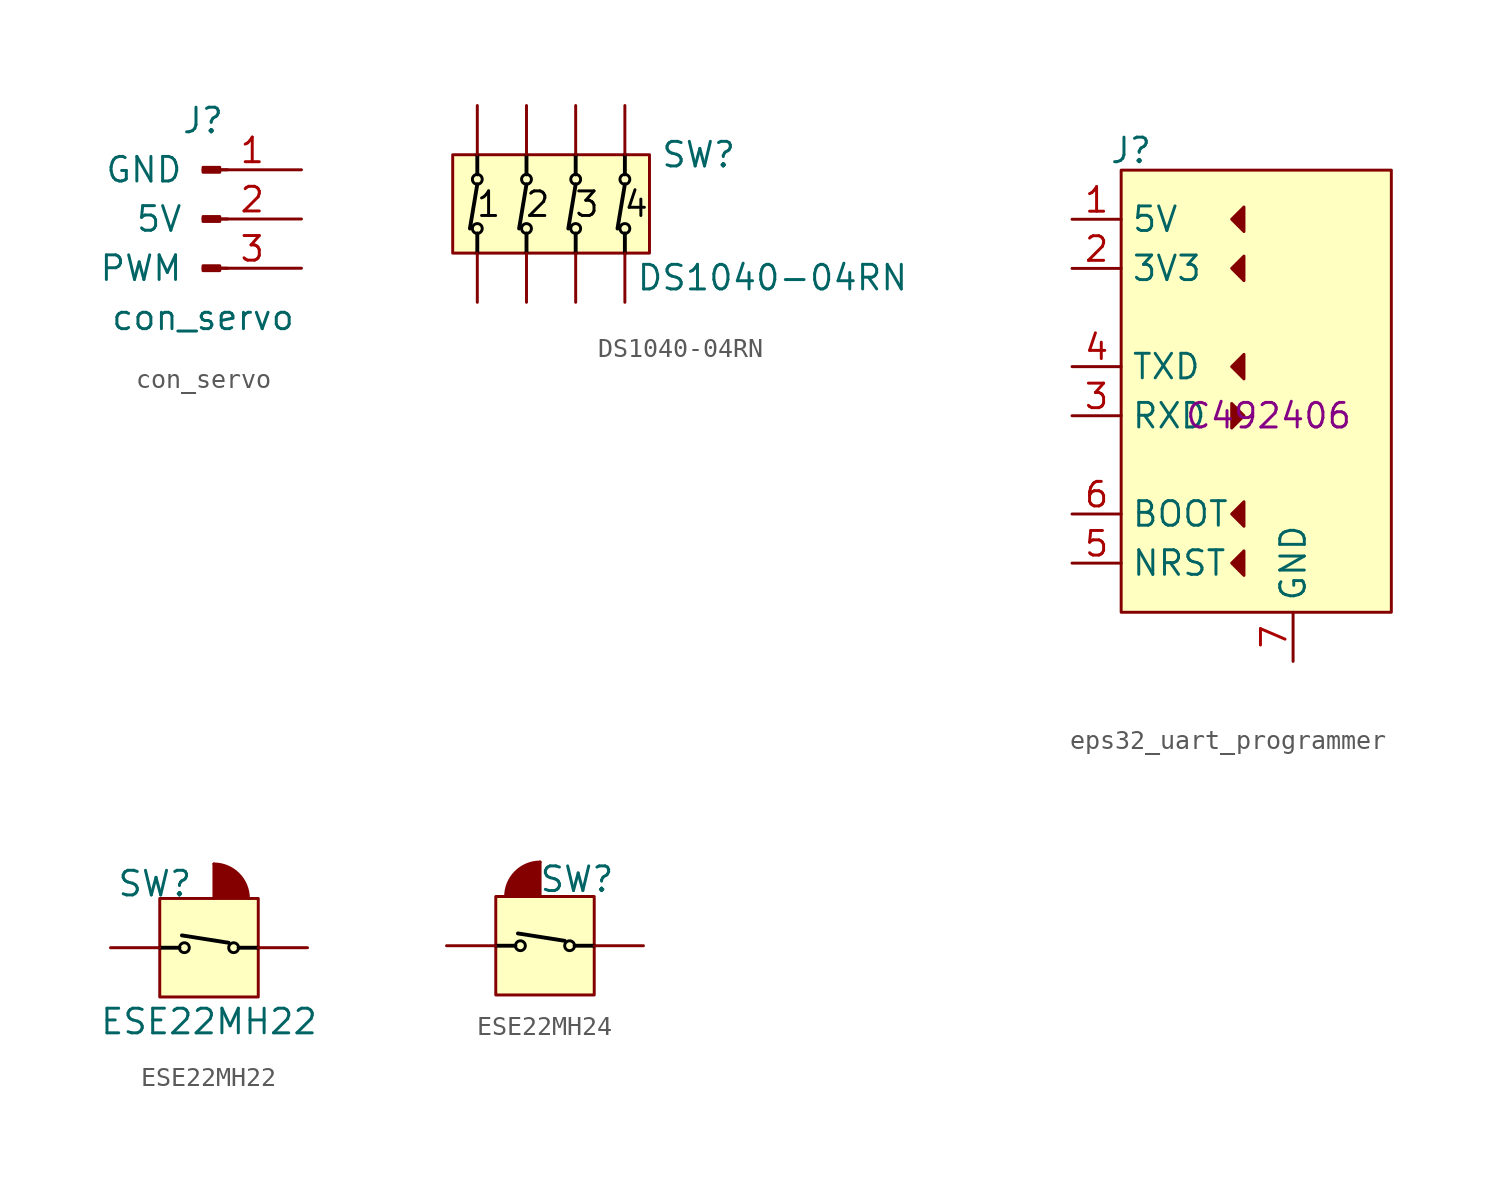
<source format=kicad_sym>
(kicad_symbol_lib
  (version 20231120)
  (generator "kicad_symbol_editor")
  (generator_version "8.0")
  (symbol "con_servo"
    (pin_names
      (offset 1.016))
    (property "Reference" "J"
      (at 0 5.08 0)
      (effects (font (size 1.27 1.27))))
    (property "Value" "con_servo"
      (at 0 -5.08 0)
      (effects (font (size 1.27 1.27))))
    (symbol "con_servo_1_1"
      (polyline (pts (xy 1.27 -2.54) (xy 0.864 -2.54)) (stroke (width 0.152) (type default)) (fill (type none)))
      (polyline (pts (xy 1.27 0) (xy 0.864 0)) (stroke (width 0.152) (type default)) (fill (type none)))
      (polyline (pts (xy 1.27 2.54) (xy 0.864 2.54)) (stroke (width 0.152) (type default)) (fill (type none)))
      (rectangle (start 0.864 -2.413) (end 0 -2.667) (stroke (width 0.152) (type default)) (fill (type outline)))
      (rectangle (start 0.864 0.127) (end 0 -0.127) (stroke (width 0.152) (type default)) (fill (type outline)))
      (rectangle (start 0.864 2.667) (end 0 2.413) (stroke (width 0.152) (type default)) (fill (type outline)))
      (pin passive line (at 5.08 2.54 180) (length 5.08) (name "GND" (effects (font (size 1.27 1.27)))) (number "1" (effects (font (size 1.27 1.27)))))
      (pin passive line (at 5.08 0 180) (length 5.08) (name "5V" (effects (font (size 1.27 1.27)))) (number "2" (effects (font (size 1.27 1.27)))))
      (pin passive line (at 5.08 -2.54 180) (length 5.08) (name "PWM" (effects (font (size 1.27 1.27)))) (number "3" (effects (font (size 1.27 1.27)))))))
  (symbol "DS1040-04RN"
    (pin_numbers hide)
    (pin_names
      (offset 0) hide)
    (property "Reference" "SW"
      (at 8.89 2.54 0)
      (effects (font (size 1.27 1.27))))
    (property "Value" "DS1040-04RN"
      (at 12.7 -3.81 0)
      (effects (font (size 1.27 1.27))))
    (symbol "DS1040-04RN_1_1"
      (rectangle (start -3.81 2.54) (end 6.35 -2.54) (stroke (width 0) (type default)) (fill (type background)))
      (circle (center -2.54 -1.27) (radius 0.254) (stroke (width 0) (type default) (color 0 0 0 1)) (fill (type none)))
      (circle (center -2.54 1.27) (radius 0.254) (stroke (width 0) (type default) (color 0 0 0 1)) (fill (type none)))
      (circle (center 0 -1.27) (radius 0.254) (stroke (width 0) (type default) (color 0 0 0 1)) (fill (type none)))
      (polyline (pts (xy -2.54 -2.54) (xy -2.54 -1.524)) (stroke (width 0.2) (type default) (color 0 0 0 1)) (fill (type none)))
      (polyline (pts (xy -2.54 1.016) (xy -2.921 -1.27)) (stroke (width 0.2) (type default) (color 0 0 0 1)) (fill (type none)))
      (polyline (pts (xy -2.54 1.524) (xy -2.54 2.54)) (stroke (width 0.2) (type default) (color 0 0 0 1)) (fill (type none)))
      (polyline (pts (xy 0 -2.54) (xy 0 -1.524)) (stroke (width 0.2) (type default) (color 0 0 0 1)) (fill (type none)))
      (polyline (pts (xy 0 1.016) (xy -0.381 -1.27)) (stroke (width 0.2) (type default) (color 0 0 0 1)) (fill (type none)))
      (polyline (pts (xy 0 1.524) (xy 0 2.54)) (stroke (width 0.2) (type default) (color 0 0 0 1)) (fill (type none)))
      (polyline (pts (xy 2.54 -2.54) (xy 2.54 -1.524)) (stroke (width 0.2) (type default) (color 0 0 0 1)) (fill (type none)))
      (polyline (pts (xy 2.54 1.016) (xy 2.159 -1.27)) (stroke (width 0.2) (type default) (color 0 0 0 1)) (fill (type none)))
      (polyline (pts (xy 2.54 1.524) (xy 2.54 2.54)) (stroke (width 0.2) (type default) (color 0 0 0 1)) (fill (type none)))
      (polyline (pts (xy 5.08 -2.54) (xy 5.08 -1.524)) (stroke (width 0.2) (type default) (color 0 0 0 1)) (fill (type none)))
      (polyline (pts (xy 5.08 1.016) (xy 4.699 -1.27)) (stroke (width 0.2) (type default) (color 0 0 0 1)) (fill (type none)))
      (polyline (pts (xy 5.08 1.524) (xy 5.08 2.54)) (stroke (width 0.2) (type default) (color 0 0 0 1)) (fill (type none)))
      (circle (center 0 1.27) (radius 0.254) (stroke (width 0) (type default) (color 0 0 0 1)) (fill (type none)))
      (circle (center 2.54 -1.27) (radius 0.254) (stroke (width 0) (type default) (color 0 0 0 1)) (fill (type none)))
      (circle (center 2.54 1.27) (radius 0.254) (stroke (width 0) (type default) (color 0 0 0 1)) (fill (type none)))
      (circle (center 5.08 -1.27) (radius 0.254) (stroke (width 0) (type default) (color 0 0 0 1)) (fill (type none)))
      (circle (center 5.08 1.27) (radius 0.254) (stroke (width 0) (type default) (color 0 0 0 1)) (fill (type none)))
      (text "1" (at -1.957 -0.018 0) (effects (font (size 1.27 1.27) (color 0 0 0 1))))
      (text "2" (at 0.583 -0.018 0) (effects (font (size 1.27 1.27) (color 0 0 0 1))))
      (text "3" (at 3.123 -0.018 0) (effects (font (size 1.27 1.27) (color 0 0 0 1))))
      (text "4" (at 5.663 -0.018 0) (effects (font (size 1.27 1.27) (color 0 0 0 1))))
      (pin passive line (at -2.54 -5.08 90) (length 2.54) (name "1" (effects (font (size 1.27 1.27)))) (number "1" (effects (font (size 1.27 1.27)))))
      (pin passive line (at 0 -5.08 90) (length 2.54) (name "2" (effects (font (size 1.27 1.27)))) (number "2" (effects (font (size 1.27 1.27)))))
      (pin passive line (at 2.54 -5.08 90) (length 2.54) (name "3" (effects (font (size 1.27 1.27)))) (number "3" (effects (font (size 1.27 1.27)))))
      (pin passive line (at 5.08 -5.08 90) (length 2.54) (name "4" (effects (font (size 1.27 1.27)))) (number "4" (effects (font (size 1.27 1.27)))))
      (pin passive line (at 5.08 5.08 270) (length 2.54) (name "5" (effects (font (size 1.27 1.27)))) (number "5" (effects (font (size 1.27 1.27)))))
      (pin passive line (at 2.54 5.08 270) (length 2.54) (name "6" (effects (font (size 1.27 1.27)))) (number "6" (effects (font (size 1.27 1.27)))))
      (pin passive line (at 0 5.08 270) (length 2.54) (name "7" (effects (font (size 1.27 1.27)))) (number "7" (effects (font (size 1.27 1.27)))))
      (pin passive line (at -2.54 5.08 270) (length 2.54) (name "8" (effects (font (size 1.27 1.27)))) (number "8" (effects (font (size 1.27 1.27)))))))
  (symbol "eps32_uart_programmer"
    (property "Reference" "J"
      (at -7.112 13.716 0)
      (effects (font (size 1.27 1.27))))
    (property "Value" ""
      (at -3.81 -3.81 0)
      (effects (font (size 1.27 1.27))))
    (property "JLCPCB Part #" "C492406"
      (at 0 0 0)
      (effects (font (size 1.27 1.27))))
    (symbol "eps32_uart_programmer_1_1"
      (rectangle (start -7.62 12.7) (end 6.35 -10.16) (stroke (width 0) (type default)) (fill (type background)))
      (polyline (pts (xy -1.905 -0.635) (xy -1.27 0) (xy -1.905 0.635) (xy -1.905 -0.635)) (stroke (width 0) (type default)) (fill (type outline)))
      (polyline (pts (xy -1.27 -6.985) (xy -1.905 -7.62) (xy -1.27 -8.255) (xy -1.27 -6.985)) (stroke (width 0) (type default)) (fill (type outline)))
      (polyline (pts (xy -1.27 -4.445) (xy -1.905 -5.08) (xy -1.27 -5.715) (xy -1.27 -4.445)) (stroke (width 0) (type default)) (fill (type outline)))
      (polyline (pts (xy -1.27 3.175) (xy -1.905 2.54) (xy -1.27 1.905) (xy -1.27 3.175)) (stroke (width 0) (type default)) (fill (type outline)))
      (polyline (pts (xy -1.27 8.255) (xy -1.905 7.62) (xy -1.27 6.985) (xy -1.27 8.255)) (stroke (width 0) (type default)) (fill (type outline)))
      (polyline (pts (xy -1.27 10.795) (xy -1.905 10.16) (xy -1.27 9.525) (xy -1.27 10.795)) (stroke (width 0) (type default)) (fill (type outline)))
      (pin power_out line (at -10.16 10.16 0) (length 2.54) (name "5V" (effects (font (size 1.27 1.27)))) (number "1" (effects (font (size 1.27 1.27)))))
      (pin power_out line (at -10.16 7.62 0) (length 2.54) (name "3V3" (effects (font (size 1.27 1.27)))) (number "2" (effects (font (size 1.27 1.27)))))
      (pin input line (at -10.16 0 0) (length 2.54) (name "RXD" (effects (font (size 1.27 1.27)))) (number "3" (effects (font (size 1.27 1.27)))))
      (pin output line (at -10.16 2.54 0) (length 2.54) (name "TXD" (effects (font (size 1.27 1.27)))) (number "4" (effects (font (size 1.27 1.27)))))
      (pin input line (at -10.16 -7.62 0) (length 2.54) (name "NRST" (effects (font (size 1.27 1.27)))) (number "5" (effects (font (size 1.27 1.27)))))
      (pin output line (at -10.16 -5.08 0) (length 2.54) (name "BOOT" (effects (font (size 1.27 1.27)))) (number "6" (effects (font (size 1.27 1.27)))))
      (pin passive line (at 1.27 -12.7 90) (length 2.54) (name "GND" (effects (font (size 1.27 1.27)))) (number "7" (effects (font (size 1.27 1.27)))))))
  (symbol "ESE22MH22"
    (pin_numbers hide)
    (pin_names
      (offset 0) hide)
    (property "Reference" "SW"
      (at -2.794 3.302 0)
      (effects (font (size 1.27 1.27))))
    (property "Value" "ESE22MH22"
      (at 0 -3.81 0)
      (effects (font (size 1.27 1.27))))
    (symbol "ESE22MH22_0_1"
      (polyline (pts (xy 0.254 4.318) (xy 0.254 2.54)) (stroke (width 0) (type default)) (fill (type none))))
    (symbol "ESE22MH22_1_1"
      (rectangle (start -2.54 2.54) (end 2.54 -2.54) (stroke (width 0) (type default)) (fill (type background)))
      (circle (center -1.27 0) (radius 0.254) (stroke (width 0) (type default) (color 0 0 0 1)) (fill (type none)))
      (polyline (pts (xy -2.54 0) (xy -1.524 0)) (stroke (width 0.2) (type default) (color 0 0 0 1)) (fill (type none)))
      (polyline (pts (xy 1.016 0.254) (xy -1.397 0.635)) (stroke (width 0.2) (type default) (color 0 0 0 1)) (fill (type none)))
      (polyline (pts (xy 1.524 0) (xy 2.54 0)) (stroke (width 0.2) (type default) (color 0 0 0 1)) (fill (type none)))
      (circle (center 1.27 0) (radius 0.254) (stroke (width 0) (type default) (color 0 0 0 1)) (fill (type none)))
      (arc (start 2.032 2.54) (mid 1.5105 3.7965) (end 0.254 4.318) (stroke (width 0) (type default)) (fill (type outline)))
      (pin passive line (at -5.08 0 0) (length 2.54) (name "" (effects (font (size 1.27 1.27)))) (number "1" (effects (font (size 1.27 1.27)))))
      (pin passive line (at 5.08 0 180) (length 2.54) (name "" (effects (font (size 1.27 1.27)))) (number "2" (effects (font (size 1.27 1.27)))))))
  (symbol "ESE22MH24"
    (pin_numbers hide)
    (pin_names
      (offset 0) hide)
    (property "Reference" "SW"
      (at 1.651 3.429 0)
      (effects (font (size 1.27 1.27))))
    (symbol "ESE22MH24_0_1"
      (polyline (pts (xy -0.254 4.318) (xy -0.254 2.54)) (stroke (width 0) (type default)) (fill (type none))))
    (symbol "ESE22MH24_1_1"
      (rectangle (start -2.54 2.54) (end 2.54 -2.54) (stroke (width 0) (type default)) (fill (type background)))
      (circle (center -1.27 0) (radius 0.254) (stroke (width 0) (type default) (color 0 0 0 1)) (fill (type none)))
      (arc (start -0.254 4.318) (mid -1.5105 3.7965) (end -2.032 2.54) (stroke (width 0) (type default)) (fill (type outline)))
      (polyline (pts (xy -2.54 0) (xy -1.524 0)) (stroke (width 0.2) (type default) (color 0 0 0 1)) (fill (type none)))
      (polyline (pts (xy 1.016 0.254) (xy -1.397 0.635)) (stroke (width 0.2) (type default) (color 0 0 0 1)) (fill (type none)))
      (polyline (pts (xy 1.524 0) (xy 2.54 0)) (stroke (width 0.2) (type default) (color 0 0 0 1)) (fill (type none)))
      (circle (center 1.27 0) (radius 0.254) (stroke (width 0) (type default) (color 0 0 0 1)) (fill (type none)))
      (pin passive line (at -5.08 0 0) (length 2.54) (name "" (effects (font (size 1.27 1.27)))) (number "1" (effects (font (size 1.27 1.27)))))
      (pin passive line (at 5.08 0 180) (length 2.54) (name "" (effects (font (size 1.27 1.27)))) (number "2" (effects (font (size 1.27 1.27))))))))
</source>
